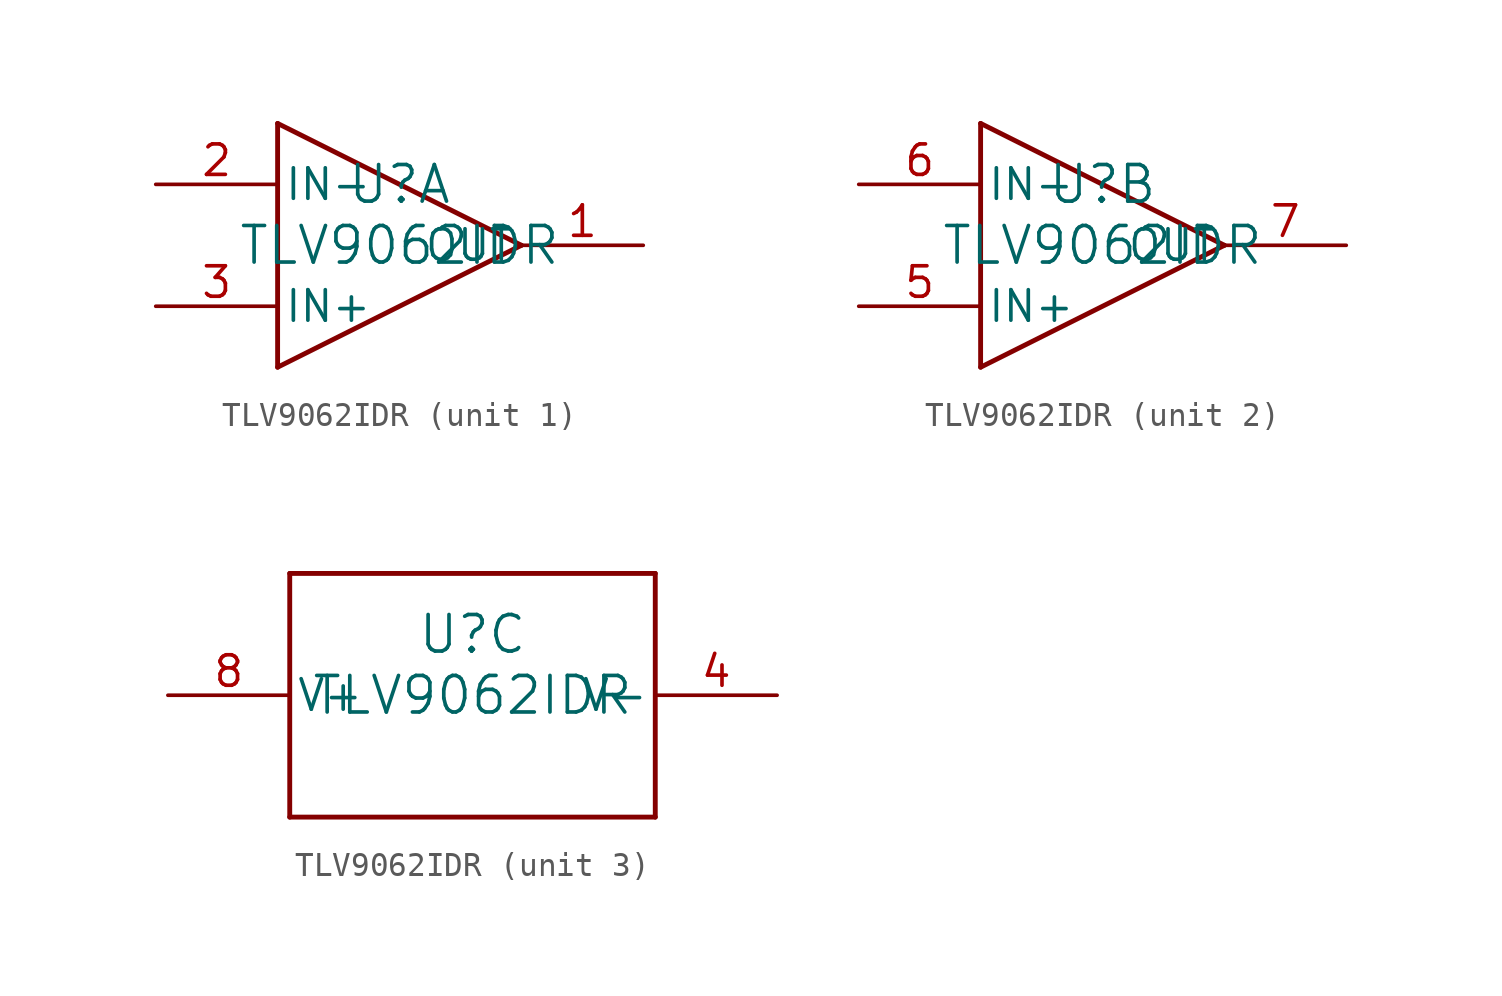
<source format=kicad_sym>
(kicad_symbol_lib
  (version 20220914)
  (generator kicad_symbol_editor)
  (symbol "TLV9062IDR"
    (pin_names
      (offset 0.254))
    (property "Reference" "U"
      (at 0 2.54 0)
      (effects (font (size 1.524 1.524))))
    (property "Value" "TLV9062IDR"
      (at 0 0 0)
      (effects (font (size 1.524 1.524))))
    (property "ki_locked" ""
      (at 0 0 0)
      (effects (font (size 1.27 1.27))))
    (symbol "TLV9062IDR_1_1"
      (polyline (pts (xy -5.08 -5.08) (xy 5.08 0)) (stroke (width 0.203) (type default)) (fill (type none)))
      (polyline (pts (xy -5.08 5.08) (xy -5.08 -5.08)) (stroke (width 0.203) (type default)) (fill (type none)))
      (polyline (pts (xy -5.08 5.08) (xy 5.08 0)) (stroke (width 0.203) (type default)) (fill (type none)))
      (pin output line (at 10.16 0 180) (length 5.08) (name "OUT" (effects (font (size 1.27 1.27)))) (number "1" (effects (font (size 1.27 1.27)))))
      (pin input line (at -10.16 2.54 0) (length 5.08) (name "IN-" (effects (font (size 1.27 1.27)))) (number "2" (effects (font (size 1.27 1.27)))))
      (pin input line (at -10.16 -2.54 0) (length 5.08) (name "IN+" (effects (font (size 1.27 1.27)))) (number "3" (effects (font (size 1.27 1.27))))))
    (symbol "TLV9062IDR_2_1"
      (polyline (pts (xy -5.08 -5.08) (xy 5.08 0)) (stroke (width 0.203) (type default)) (fill (type none)))
      (polyline (pts (xy -5.08 5.08) (xy -5.08 -5.08)) (stroke (width 0.203) (type default)) (fill (type none)))
      (polyline (pts (xy -5.08 5.08) (xy 5.08 0)) (stroke (width 0.203) (type default)) (fill (type none)))
      (pin input line (at -10.16 -2.54 0) (length 5.08) (name "IN+" (effects (font (size 1.27 1.27)))) (number "5" (effects (font (size 1.27 1.27)))))
      (pin input line (at -10.16 2.54 0) (length 5.08) (name "IN-" (effects (font (size 1.27 1.27)))) (number "6" (effects (font (size 1.27 1.27)))))
      (pin output line (at 10.16 0 180) (length 5.08) (name "OUT" (effects (font (size 1.27 1.27)))) (number "7" (effects (font (size 1.27 1.27))))))
    (symbol "TLV9062IDR_3_1"
      (polyline (pts (xy -7.62 -5.08) (xy 7.62 -5.08)) (stroke (width 0.203) (type default)) (fill (type none)))
      (polyline (pts (xy -7.62 5.08) (xy -7.62 -5.08)) (stroke (width 0.203) (type default)) (fill (type none)))
      (polyline (pts (xy 7.62 -5.08) (xy 7.62 5.08)) (stroke (width 0.203) (type default)) (fill (type none)))
      (polyline (pts (xy 7.62 5.08) (xy -7.62 5.08)) (stroke (width 0.203) (type default)) (fill (type none)))
      (pin power_in line (at 12.7 0 180) (length 5.08) (name "V-" (effects (font (size 1.27 1.27)))) (number "4" (effects (font (size 1.27 1.27)))))
      (pin power_in line (at -12.7 0 0) (length 5.08) (name "V+" (effects (font (size 1.27 1.27)))) (number "8" (effects (font (size 1.27 1.27))))))))
</source>
